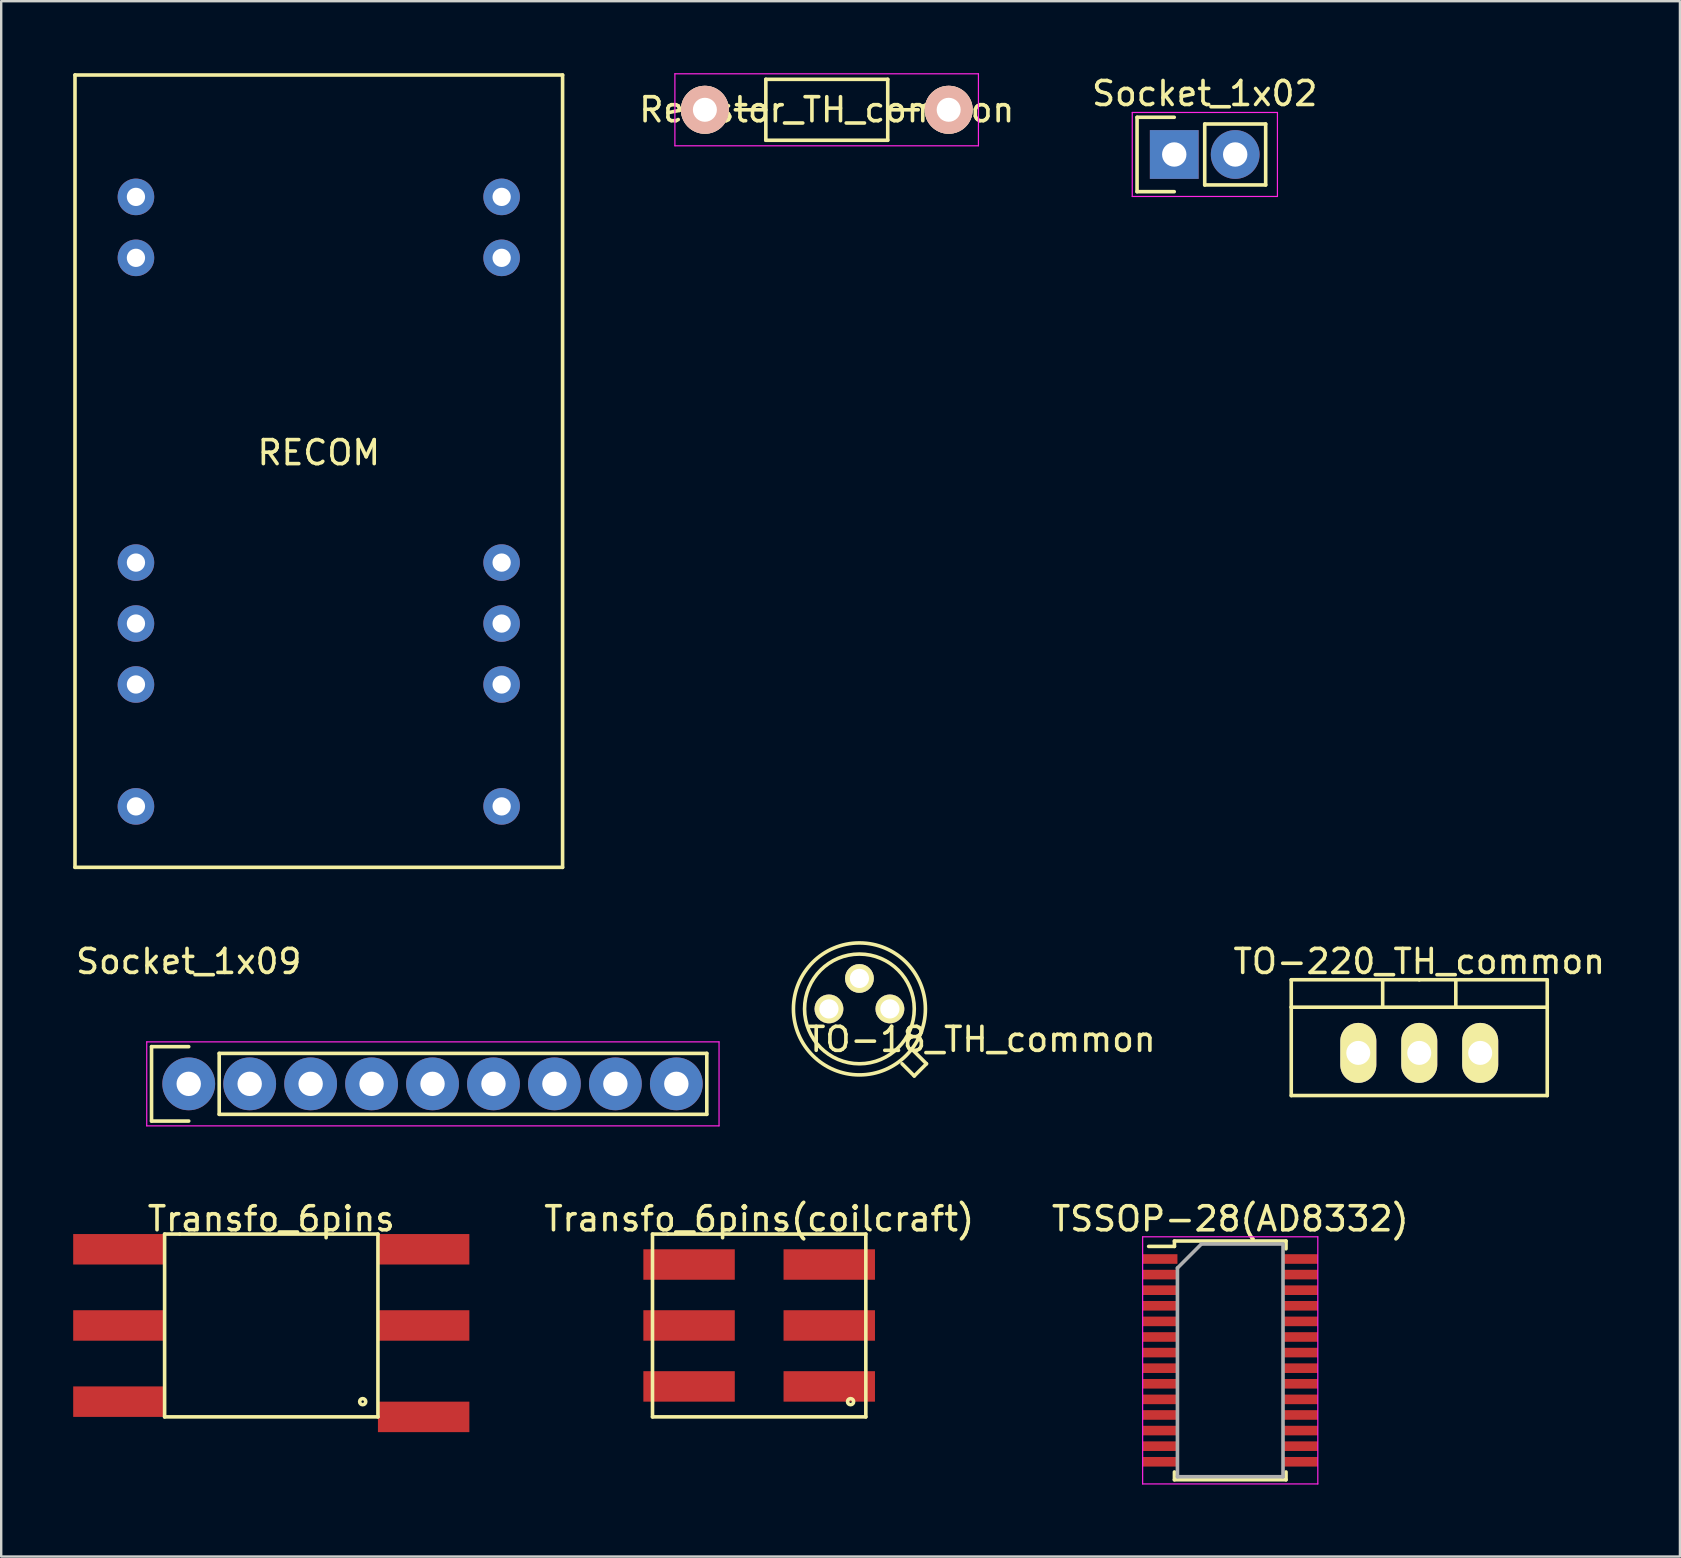
<source format=kicad_pcb>
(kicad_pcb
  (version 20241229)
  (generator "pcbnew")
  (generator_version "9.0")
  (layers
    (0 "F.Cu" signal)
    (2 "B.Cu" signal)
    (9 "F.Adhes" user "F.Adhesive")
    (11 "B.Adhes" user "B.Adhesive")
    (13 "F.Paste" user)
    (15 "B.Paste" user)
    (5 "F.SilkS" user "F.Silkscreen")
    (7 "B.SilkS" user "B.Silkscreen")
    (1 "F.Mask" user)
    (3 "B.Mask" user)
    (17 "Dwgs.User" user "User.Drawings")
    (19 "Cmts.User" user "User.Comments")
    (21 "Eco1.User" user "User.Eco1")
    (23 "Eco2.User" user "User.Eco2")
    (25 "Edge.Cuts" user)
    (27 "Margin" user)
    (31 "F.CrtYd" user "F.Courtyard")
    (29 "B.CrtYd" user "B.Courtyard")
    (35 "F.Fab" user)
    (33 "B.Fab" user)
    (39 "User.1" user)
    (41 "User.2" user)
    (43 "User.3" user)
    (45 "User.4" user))
  (footprint "Transfo_6pins(coilcraft)"
    (layer "F.Cu")
    (at 28.587 52.187)
    (property "Reference" "Transfo_6pins(coilcraft)" (at 0 -4.445 0) (layer "F.SilkS") (effects (font (size 1 1) (thickness 0.15))))
    (attr smd)
    (fp_line (start -4.445 -3.81) (end 4.445 -3.81) (stroke (width 0.15) (type solid)) (layer "F.SilkS"))
    (fp_line (start -4.445 3.81) (end -4.445 -3.81) (stroke (width 0.15) (type solid)) (layer "F.SilkS"))
    (fp_line (start -3.81 -3.81) (end -3.81 -3.81) (stroke (width 0.15) (type solid)) (layer "F.SilkS"))
    (fp_line (start 4.445 -3.81) (end 4.445 3.81) (stroke (width 0.15) (type solid)) (layer "F.SilkS"))
    (fp_line (start 4.445 3.81) (end -4.445 3.81) (stroke (width 0.15) (type solid)) (layer "F.SilkS"))
    (fp_circle (center 3.81 3.175) (end 3.81 3.048) (stroke (width 0.15) (type solid)) (fill no) (layer "F.SilkS"))
    (pad "1" smd rect (at -2.921 2.54) (size 3.81 1.27) (layers "F.Cu" "F.Mask" "F.Paste"))
    (pad "2" smd rect (at -2.921 0) (size 3.81 1.27) (layers "F.Cu" "F.Mask" "F.Paste"))
    (pad "3" smd rect (at -2.921 -2.54) (size 3.81 1.27) (layers "F.Cu" "F.Mask" "F.Paste"))
    (pad "4" smd rect (at 2.921 -2.54) (size 3.81 1.27) (layers "F.Cu" "F.Mask" "F.Paste"))
    (pad "5" smd rect (at 2.921 0) (size 3.81 1.27) (layers "F.Cu" "F.Mask" "F.Paste"))
    (pad "6" smd rect (at 2.921 2.54) (size 3.81 1.27) (layers "F.Cu" "F.Mask" "F.Paste")))
  (footprint "TSSOP-28(AD8332)"
    (layer "F.Cu")
    (at 48.218 53.642)
    (property "Reference" "TSSOP-28(AD8332)" (at 0 -5.9 0) (layer "F.SilkS") (effects (font (size 1 1) (thickness 0.15))))
    (attr smd)
    (fp_line (start -2.325 -4.975) (end -2.325 -4.75) (stroke (width 0.15) (type solid)) (layer "F.SilkS"))
    (fp_line (start -2.325 -4.975) (end 2.325 -4.975) (stroke (width 0.15) (type solid)) (layer "F.SilkS"))
    (fp_line (start -2.325 -4.75) (end -3.4 -4.75) (stroke (width 0.15) (type solid)) (layer "F.SilkS"))
    (fp_line (start -2.325 4.975) (end -2.325 4.65) (stroke (width 0.15) (type solid)) (layer "F.SilkS"))
    (fp_line (start -2.325 4.975) (end 2.325 4.975) (stroke (width 0.15) (type solid)) (layer "F.SilkS"))
    (fp_line (start 2.325 -4.975) (end 2.325 -4.65) (stroke (width 0.15) (type solid)) (layer "F.SilkS"))
    (fp_line (start 2.325 4.975) (end 2.325 4.65) (stroke (width 0.15) (type solid)) (layer "F.SilkS"))
    (fp_line (start -3.65 -5.15) (end -3.65 5.15) (stroke (width 0.05) (type solid)) (layer "F.CrtYd"))
    (fp_line (start -3.65 -5.15) (end 3.65 -5.15) (stroke (width 0.05) (type solid)) (layer "F.CrtYd"))
    (fp_line (start -3.65 5.15) (end 3.65 5.15) (stroke (width 0.05) (type solid)) (layer "F.CrtYd"))
    (fp_line (start 3.65 -5.15) (end 3.65 5.15) (stroke (width 0.05) (type solid)) (layer "F.CrtYd"))
    (fp_line (start -2.2 -3.85) (end -1.2 -4.85) (stroke (width 0.15) (type solid)) (layer "F.Fab"))
    (fp_line (start -2.2 4.85) (end -2.2 -3.85) (stroke (width 0.15) (type solid)) (layer "F.Fab"))
    (fp_line (start -1.2 -4.85) (end 2.2 -4.85) (stroke (width 0.15) (type solid)) (layer "F.Fab"))
    (fp_line (start 2.2 -4.85) (end 2.2 4.85) (stroke (width 0.15) (type solid)) (layer "F.Fab"))
    (fp_line (start 2.2 4.85) (end -2.2 4.85) (stroke (width 0.15) (type solid)) (layer "F.Fab"))
    (pad "1" smd rect (at -2.925 -4.225) (size 1.45 0.4) (layers "F.Cu" "F.Mask" "F.Paste"))
    (pad "2" smd rect (at -2.925 -3.575) (size 1.45 0.4) (layers "F.Cu" "F.Mask" "F.Paste"))
    (pad "3" smd rect (at -2.925 -2.925) (size 1.45 0.4) (layers "F.Cu" "F.Mask" "F.Paste"))
    (pad "4" smd rect (at -2.925 -2.275) (size 1.45 0.4) (layers "F.Cu" "F.Mask" "F.Paste"))
    (pad "5" smd rect (at -2.925 -1.625) (size 1.45 0.4) (layers "F.Cu" "F.Mask" "F.Paste"))
    (pad "6" smd rect (at -2.925 -0.975) (size 1.45 0.4) (layers "F.Cu" "F.Mask" "F.Paste"))
    (pad "7" smd rect (at -2.925 -0.325) (size 1.45 0.4) (layers "F.Cu" "F.Mask" "F.Paste"))
    (pad "8" smd rect (at -2.925 0.325) (size 1.45 0.4) (layers "F.Cu" "F.Mask" "F.Paste"))
    (pad "9" smd rect (at -2.925 0.975) (size 1.45 0.4) (layers "F.Cu" "F.Mask" "F.Paste"))
    (pad "10" smd rect (at -2.925 1.625) (size 1.45 0.4) (layers "F.Cu" "F.Mask" "F.Paste"))
    (pad "11" smd rect (at -2.925 2.275) (size 1.45 0.4) (layers "F.Cu" "F.Mask" "F.Paste"))
    (pad "12" smd rect (at -2.925 2.925) (size 1.45 0.4) (layers "F.Cu" "F.Mask" "F.Paste"))
    (pad "13" smd rect (at -2.925 3.575) (size 1.45 0.4) (layers "F.Cu" "F.Mask" "F.Paste"))
    (pad "14" smd rect (at -2.925 4.225) (size 1.45 0.4) (layers "F.Cu" "F.Mask" "F.Paste"))
    (pad "15" smd rect (at 2.925 4.225) (size 1.45 0.4) (layers "F.Cu" "F.Mask" "F.Paste"))
    (pad "16" smd rect (at 2.925 3.575) (size 1.45 0.4) (layers "F.Cu" "F.Mask" "F.Paste"))
    (pad "17" smd rect (at 2.925 2.925) (size 1.45 0.4) (layers "F.Cu" "F.Mask" "F.Paste"))
    (pad "18" smd rect (at 2.925 2.275) (size 1.45 0.4) (layers "F.Cu" "F.Mask" "F.Paste"))
    (pad "19" smd rect (at 2.925 1.625) (size 1.45 0.4) (layers "F.Cu" "F.Mask" "F.Paste"))
    (pad "20" smd rect (at 2.925 0.975) (size 1.45 0.4) (layers "F.Cu" "F.Mask" "F.Paste"))
    (pad "21" smd rect (at 2.925 0.325) (size 1.45 0.4) (layers "F.Cu" "F.Mask" "F.Paste"))
    (pad "22" smd rect (at 2.925 -0.325) (size 1.45 0.4) (layers "F.Cu" "F.Mask" "F.Paste"))
    (pad "23" smd rect (at 2.925 -0.975) (size 1.45 0.4) (layers "F.Cu" "F.Mask" "F.Paste"))
    (pad "24" smd rect (at 2.925 -1.625) (size 1.45 0.4) (layers "F.Cu" "F.Mask" "F.Paste"))
    (pad "25" smd rect (at 2.925 -2.275) (size 1.45 0.4) (layers "F.Cu" "F.Mask" "F.Paste"))
    (pad "26" smd rect (at 2.925 -2.925) (size 1.45 0.4) (layers "F.Cu" "F.Mask" "F.Paste"))
    (pad "27" smd rect (at 2.925 -3.575) (size 1.45 0.4) (layers "F.Cu" "F.Mask" "F.Paste"))
    (pad "28" smd rect (at 2.925 -4.225) (size 1.45 0.4) (layers "F.Cu" "F.Mask" "F.Paste")))
  (footprint "TO-220_TH_common"
    (layer "F.Cu")
    (at 56.095 40.828)
    (property "Reference" "TO-220_TH_common" (at 0 -3.81 0) (layer "F.SilkS") (effects (font (size 1 1) (thickness 0.15))))
    (attr smd)
    (fp_line (start -5.334 -1.905) (end -5.334 -3.048) (stroke (width 0.15) (type solid)) (layer "F.SilkS"))
    (fp_line (start -5.334 1.778) (end -5.334 -1.905) (stroke (width 0.15) (type solid)) (layer "F.SilkS"))
    (fp_line (start -1.524 -3.048) (end -1.524 -1.905) (stroke (width 0.15) (type solid)) (layer "F.SilkS"))
    (fp_line (start 0 -3.048) (end -5.334 -3.048) (stroke (width 0.15) (type solid)) (layer "F.SilkS"))
    (fp_line (start 0 -3.048) (end 5.334 -3.048) (stroke (width 0.15) (type solid)) (layer "F.SilkS"))
    (fp_line (start 1.524 -3.048) (end 1.524 -1.905) (stroke (width 0.15) (type solid)) (layer "F.SilkS"))
    (fp_line (start 5.334 -3.048) (end 5.334 -1.905) (stroke (width 0.15) (type solid)) (layer "F.SilkS"))
    (fp_line (start 5.334 -1.905) (end -5.334 -1.905) (stroke (width 0.15) (type solid)) (layer "F.SilkS"))
    (fp_line (start 5.334 -1.905) (end 5.334 1.778) (stroke (width 0.15) (type solid)) (layer "F.SilkS"))
    (fp_line (start 5.334 1.778) (end -5.334 1.778) (stroke (width 0.15) (type solid)) (layer "F.SilkS"))
    (pad "1" thru_hole oval (at -2.54 0 90) (size 2.499 1.501) (drill 1.001) (layers "*.Cu" "*.Mask" "F.SilkS"))
    (pad "2" thru_hole oval (at 0 0 90) (size 2.499 1.501) (drill 1.001) (layers "*.Cu" "*.Mask" "F.SilkS"))
    (pad "3" thru_hole oval (at 2.54 0 90) (size 2.499 1.501) (drill 1.001) (layers "*.Cu" "*.Mask" "F.SilkS")))
  (footprint "RECOM"
    (layer "F.Cu")
    (at 10.235 15.315)
    (property "Reference" "RECOM" (at 0 0.5 0) (layer "F.SilkS") (effects (font (size 1 1) (thickness 0.15))))
    (attr smd)
    (fp_line (start -10.16 -15.24) (end 10.16 -15.24) (stroke (width 0.15) (type solid)) (layer "F.SilkS"))
    (fp_line (start -10.16 17.78) (end -10.16 -15.24) (stroke (width 0.15) (type solid)) (layer "F.SilkS"))
    (fp_line (start 10.16 -15.24) (end 10.16 17.78) (stroke (width 0.15) (type solid)) (layer "F.SilkS"))
    (fp_line (start 10.16 17.78) (end -10.16 17.78) (stroke (width 0.15) (type solid)) (layer "F.SilkS"))
    (pad "2" thru_hole circle (at -7.62 -10.16) (size 1.524 1.524) (drill 0.762) (layers "*.Cu" "*.Mask"))
    (pad "3" thru_hole circle (at -7.62 -7.62) (size 1.524 1.524) (drill 0.762) (layers "*.Cu" "*.Mask"))
    (pad "8" thru_hole circle (at -7.62 5.08) (size 1.524 1.524) (drill 0.762) (layers "*.Cu" "*.Mask"))
    (pad "9" thru_hole circle (at -7.62 7.62) (size 1.524 1.524) (drill 0.762) (layers "*.Cu" "*.Mask"))
    (pad "10" thru_hole circle (at -7.62 10.16) (size 1.524 1.524) (drill 0.762) (layers "*.Cu" "*.Mask"))
    (pad "12" thru_hole circle (at -7.62 15.24) (size 1.524 1.524) (drill 0.762) (layers "*.Cu" "*.Mask"))
    (pad "13" thru_hole circle (at 7.62 15.24) (size 1.524 1.524) (drill 0.762) (layers "*.Cu" "*.Mask"))
    (pad "15" thru_hole circle (at 7.62 10.16) (size 1.524 1.524) (drill 0.762) (layers "*.Cu" "*.Mask"))
    (pad "16" thru_hole circle (at 7.62 7.62) (size 1.524 1.524) (drill 0.762) (layers "*.Cu" "*.Mask"))
    (pad "17" thru_hole circle (at 7.62 5.08) (size 1.524 1.524) (drill 0.762) (layers "*.Cu" "*.Mask"))
    (pad "22" thru_hole circle (at 7.62 -7.62) (size 1.524 1.524) (drill 0.762) (layers "*.Cu" "*.Mask"))
    (pad "23" thru_hole circle (at 7.62 -10.16) (size 1.524 1.524) (drill 0.762) (layers "*.Cu" "*.Mask")))
  (footprint "Transfo_6pins"
    (layer "F.Cu")
    (at 8.255 52.187)
    (property "Reference" "Transfo_6pins" (at 0 -4.445 0) (layer "F.SilkS") (effects (font (size 1 1) (thickness 0.15))))
    (attr smd)
    (fp_line (start -4.445 -3.81) (end 4.445 -3.81) (stroke (width 0.15) (type solid)) (layer "F.SilkS"))
    (fp_line (start -4.445 3.81) (end -4.445 -3.81) (stroke (width 0.15) (type solid)) (layer "F.SilkS"))
    (fp_line (start -3.81 -3.81) (end -3.81 -3.81) (stroke (width 0.15) (type solid)) (layer "F.SilkS"))
    (fp_line (start 4.445 -3.81) (end 4.445 3.81) (stroke (width 0.15) (type solid)) (layer "F.SilkS"))
    (fp_line (start 4.445 3.81) (end -4.445 3.81) (stroke (width 0.15) (type solid)) (layer "F.SilkS"))
    (fp_circle (center 3.81 3.175) (end 3.81 3.048) (stroke (width 0.15) (type solid)) (fill no) (layer "F.SilkS"))
    (pad "1" smd rect (at -6.35 3.175) (size 3.81 1.27) (layers "F.Cu" "F.Mask" "F.Paste"))
    (pad "2" smd rect (at -6.35 0) (size 3.81 1.27) (layers "F.Cu" "F.Mask" "F.Paste"))
    (pad "3" smd rect (at -6.35 -3.175) (size 3.81 1.27) (layers "F.Cu" "F.Mask" "F.Paste"))
    (pad "4" smd rect (at 6.35 -3.175) (size 3.81 1.27) (layers "F.Cu" "F.Mask" "F.Paste"))
    (pad "5" smd rect (at 6.35 0) (size 3.81 1.27) (layers "F.Cu" "F.Mask" "F.Paste"))
    (pad "6" smd rect (at 6.35 3.81) (size 3.81 1.27) (layers "F.Cu" "F.Mask" "F.Paste")))
  (footprint "TO-18_TH_common"
    (layer "F.Cu")
    (at 32.765 38.995)
    (property "Reference" "TO-18_TH_common" (at 5.08 1.27 0) (layer "F.SilkS") (effects (font (size 1 1) (thickness 0.15))))
    (attr smd)
    (fp_line (start 1.778 2.286) (end 2.286 2.794) (stroke (width 0.15) (type solid)) (layer "F.SilkS"))
    (fp_line (start 2.286 2.794) (end 2.794 2.286) (stroke (width 0.15) (type solid)) (layer "F.SilkS"))
    (fp_line (start 2.794 2.286) (end 2.286 1.778) (stroke (width 0.15) (type solid)) (layer "F.SilkS"))
    (fp_circle (center 0 0) (end 2.286 0) (stroke (width 0.15) (type solid)) (fill no) (layer "F.SilkS"))
    (fp_circle (center 0 0) (end 2.75 0) (stroke (width 0.15) (type solid)) (fill no) (layer "F.SilkS"))
    (pad "1" thru_hole circle (at 1.27 0) (size 1.2 1.2) (drill 0.8) (layers "*.Cu" "*.Mask" "F.SilkS"))
    (pad "2" thru_hole circle (at 0 -1.27) (size 1.2 1.2) (drill 0.8) (layers "*.Cu" "*.Mask" "F.SilkS"))
    (pad "3" thru_hole circle (at -1.27 0) (size 1.2 1.2) (drill 0.8) (layers "*.Cu" "*.Mask" "F.SilkS")))
  (footprint "Resistor_TH_common"
    (layer "F.Cu")
    (at 26.325 1.525)
    (property "Reference" "Resistor_TH_common" (at 5.08 0 0) (layer "F.SilkS") (effects (font (size 1 1) (thickness 0.15))))
    (attr smd)
    (fp_line (start 2.54 -1.27) (end 7.62 -1.27) (stroke (width 0.15) (type solid)) (layer "F.SilkS"))
    (fp_line (start 2.54 0) (end 1.27 0) (stroke (width 0.15) (type solid)) (layer "F.SilkS"))
    (fp_line (start 2.54 1.27) (end 2.54 -1.27) (stroke (width 0.15) (type solid)) (layer "F.SilkS"))
    (fp_line (start 7.62 -1.27) (end 7.62 1.27) (stroke (width 0.15) (type solid)) (layer "F.SilkS"))
    (fp_line (start 7.62 0) (end 8.89 0) (stroke (width 0.15) (type solid)) (layer "F.SilkS"))
    (fp_line (start 7.62 1.27) (end 2.54 1.27) (stroke (width 0.15) (type solid)) (layer "F.SilkS"))
    (fp_line (start -1.25 -1.5) (end 11.4 -1.5) (stroke (width 0.05) (type solid)) (layer "F.CrtYd"))
    (fp_line (start -1.25 1.5) (end -1.25 -1.5) (stroke (width 0.05) (type solid)) (layer "F.CrtYd"))
    (fp_line (start -1.25 1.5) (end 11.4 1.5) (stroke (width 0.05) (type solid)) (layer "F.CrtYd"))
    (fp_line (start 11.4 -1.5) (end 11.4 1.5) (stroke (width 0.05) (type solid)) (layer "F.CrtYd"))
    (pad "1" thru_hole circle (at 0 0) (size 1.999 1.999) (drill 1.001) (layers "*.Cu" "*.SilkS" "*.Mask"))
    (pad "2" thru_hole circle (at 10.16 0) (size 1.999 1.999) (drill 1.001) (layers "*.Cu" "*.SilkS" "*.Mask")))
  (footprint "Socket_1x02"
    (layer "F.Cu")
    (at 45.885 3.388)
    (property "Reference" "Socket_1x02" (at 1.27 -2.54 0) (layer "F.SilkS") (effects (font (size 1 1) (thickness 0.15))))
    (attr smd)
    (fp_line (start -1.55 -1.55) (end -1.55 1.55) (stroke (width 0.15) (type solid)) (layer "F.SilkS"))
    (fp_line (start -1.55 1.55) (end 0 1.55) (stroke (width 0.15) (type solid)) (layer "F.SilkS"))
    (fp_line (start 0 -1.55) (end -1.55 -1.55) (stroke (width 0.15) (type solid)) (layer "F.SilkS"))
    (fp_line (start 1.27 -1.27) (end 3.81 -1.27) (stroke (width 0.15) (type solid)) (layer "F.SilkS"))
    (fp_line (start 1.27 1.27) (end 1.27 -1.27) (stroke (width 0.15) (type solid)) (layer "F.SilkS"))
    (fp_line (start 3.81 -1.27) (end 3.81 1.27) (stroke (width 0.15) (type solid)) (layer "F.SilkS"))
    (fp_line (start 3.81 1.27) (end 1.27 1.27) (stroke (width 0.15) (type solid)) (layer "F.SilkS"))
    (fp_line (start -1.75 -1.75) (end -1.75 1.75) (stroke (width 0.05) (type solid)) (layer "F.CrtYd"))
    (fp_line (start -1.75 -1.75) (end 4.3 -1.75) (stroke (width 0.05) (type solid)) (layer "F.CrtYd"))
    (fp_line (start -1.75 1.75) (end 4.3 1.75) (stroke (width 0.05) (type solid)) (layer "F.CrtYd"))
    (fp_line (start 4.3 -1.75) (end 4.3 1.75) (stroke (width 0.05) (type solid)) (layer "F.CrtYd"))
    (pad "1" thru_hole rect (at 0 0) (size 2.032 2.032) (drill 1.016) (layers "*.Cu" "*.Mask"))
    (pad "2" thru_hole oval (at 2.54 0) (size 2.032 2.032) (drill 1.016) (layers "*.Cu" "*.Mask")))
  (footprint "Socket_1x09"
    (layer "F.Cu")
    (at 4.815 42.118)
    (property "Reference" "Socket_1x09" (at 0 -5.1 0) (layer "F.SilkS") (effects (font (size 1 1) (thickness 0.15))))
    (attr through_hole)
    (fp_line (start -1.55 -1.55) (end -1.55 1.55) (stroke (width 0.15) (type solid)) (layer "F.SilkS"))
    (fp_line (start -1.55 1.55) (end 0 1.55) (stroke (width 0.15) (type solid)) (layer "F.SilkS"))
    (fp_line (start 0 -1.55) (end -1.55 -1.55) (stroke (width 0.15) (type solid)) (layer "F.SilkS"))
    (fp_line (start 1.27 1.27) (end 1.27 -1.27) (stroke (width 0.15) (type solid)) (layer "F.SilkS"))
    (fp_line (start 1.27 1.27) (end 21.59 1.27) (stroke (width 0.15) (type solid)) (layer "F.SilkS"))
    (fp_line (start 21.59 -1.27) (end 1.27 -1.27) (stroke (width 0.15) (type solid)) (layer "F.SilkS"))
    (fp_line (start 21.59 1.27) (end 21.59 -1.27) (stroke (width 0.15) (type solid)) (layer "F.SilkS"))
    (fp_line (start -1.75 -1.75) (end -1.75 1.75) (stroke (width 0.05) (type solid)) (layer "F.CrtYd"))
    (fp_line (start -1.75 -1.75) (end 22.1 -1.75) (stroke (width 0.05) (type solid)) (layer "F.CrtYd"))
    (fp_line (start -1.75 1.75) (end 22.1 1.75) (stroke (width 0.05) (type solid)) (layer "F.CrtYd"))
    (fp_line (start 22.1 -1.75) (end 22.1 1.75) (stroke (width 0.05) (type solid)) (layer "F.CrtYd"))
    (pad "1" thru_hole circle (at 0 0) (size 2.2 2.2) (drill 1.016) (layers "*.Cu" "*.Mask"))
    (pad "2" thru_hole circle (at 2.54 0) (size 2.2 2.2) (drill 1.016) (layers "*.Cu" "*.Mask"))
    (pad "3" thru_hole circle (at 5.08 0) (size 2.2 2.2) (drill 1.016) (layers "*.Cu" "*.Mask"))
    (pad "4" thru_hole circle (at 7.62 0) (size 2.2 2.2) (drill 1.016) (layers "*.Cu" "*.Mask"))
    (pad "5" thru_hole circle (at 10.16 0) (size 2.2 2.2) (drill 1.016) (layers "*.Cu" "*.Mask"))
    (pad "6" thru_hole circle (at 12.7 0) (size 2.2 2.2) (drill 1.016) (layers "*.Cu" "*.Mask"))
    (pad "7" thru_hole circle (at 15.24 0) (size 2.2 2.2) (drill 1.016) (layers "*.Cu" "*.Mask"))
    (pad "8" thru_hole circle (at 17.78 0) (size 2.2 2.2) (drill 1.016) (layers "*.Cu" "*.Mask"))
    (pad "9" thru_hole circle (at 20.32 0) (size 2.2 2.2) (drill 1.016) (layers "*.Cu" "*.Mask")))
  (gr_rect
    (start -3 -3)
    (end 66.959 61.816)
    (stroke (width 0.1) (type default))
    (fill no)
    (layer "Edge.Cuts")))
</source>
